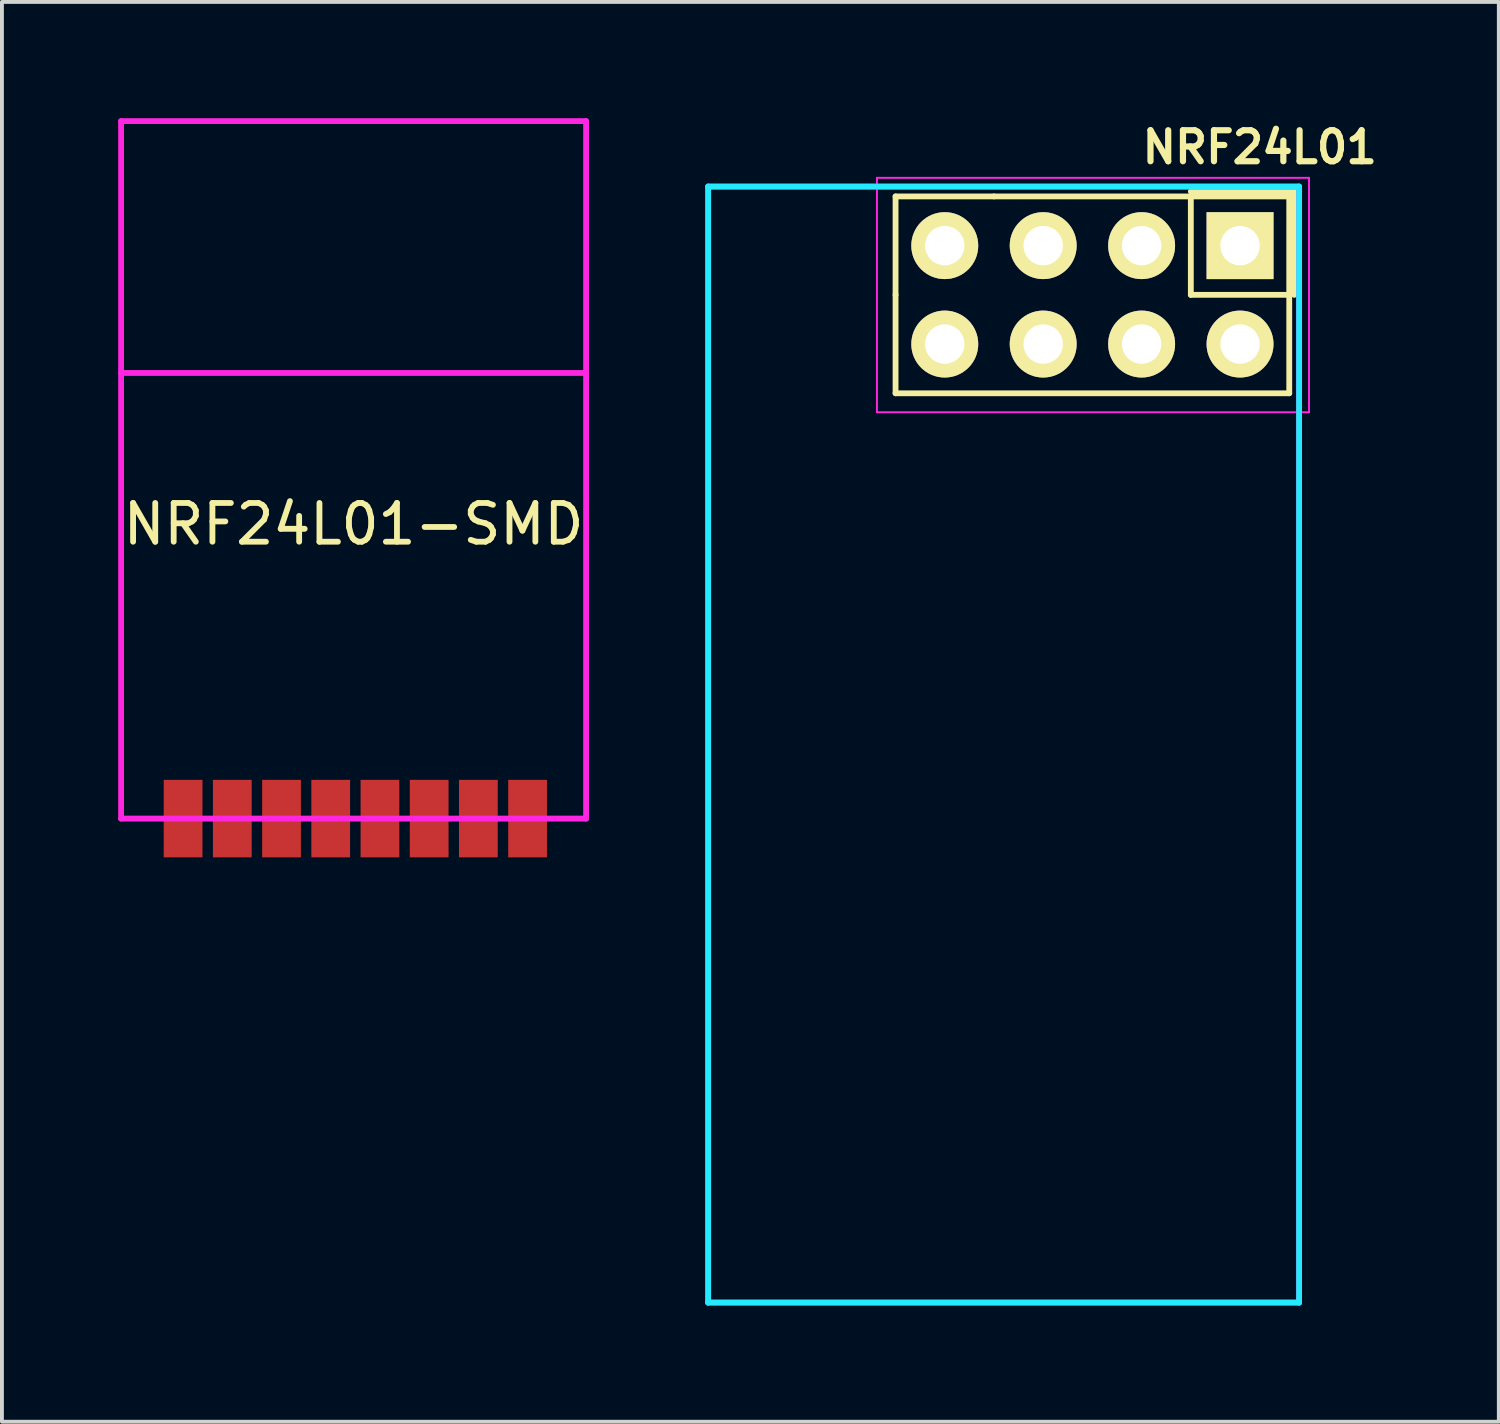
<source format=kicad_pcb>
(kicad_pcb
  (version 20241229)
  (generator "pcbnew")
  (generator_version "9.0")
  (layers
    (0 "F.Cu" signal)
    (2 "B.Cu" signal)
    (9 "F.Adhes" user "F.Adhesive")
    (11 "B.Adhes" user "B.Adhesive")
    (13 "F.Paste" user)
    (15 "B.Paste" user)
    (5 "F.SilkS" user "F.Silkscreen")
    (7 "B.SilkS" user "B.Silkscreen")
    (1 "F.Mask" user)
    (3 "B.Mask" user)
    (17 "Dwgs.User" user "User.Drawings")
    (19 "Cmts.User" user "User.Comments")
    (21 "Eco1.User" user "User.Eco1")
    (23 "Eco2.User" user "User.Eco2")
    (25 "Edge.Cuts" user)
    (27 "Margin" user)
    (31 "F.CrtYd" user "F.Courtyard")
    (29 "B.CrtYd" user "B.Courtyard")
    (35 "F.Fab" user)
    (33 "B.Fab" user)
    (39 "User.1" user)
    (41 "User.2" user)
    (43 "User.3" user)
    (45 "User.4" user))
  (footprint "NRF24L01-SMD"
    (layer "F.Cu")
    (at 6.075 9.375)
    (property "Reference" "NRF24L01-SMD" (at 0 1.1 0) (layer "F.SilkS") (effects (font (size 1 1) (thickness 0.15))))
    (attr through_hole)
    (fp_line (start -6 -9.3) (end 6 -9.3) (stroke (width 0.15) (type solid)) (layer "F.CrtYd"))
    (fp_line (start -6 -2.8) (end 6 -2.8) (stroke (width 0.15) (type solid)) (layer "F.CrtYd"))
    (fp_line (start -6 8.7) (end -6 -9.3) (stroke (width 0.15) (type solid)) (layer "F.CrtYd"))
    (fp_line (start 6 -9.3) (end 6 8.7) (stroke (width 0.15) (type solid)) (layer "F.CrtYd"))
    (fp_line (start 6 8.7) (end -6 8.7) (stroke (width 0.15) (type solid)) (layer "F.CrtYd"))
    (pad "1" smd rect (at -3.13 8.7) (size 1 2) (layers "F.Cu" "F.Mask" "F.Paste"))
    (pad "2" smd rect (at -4.4 8.7) (size 1 2) (layers "F.Cu" "F.Mask" "F.Paste"))
    (pad "3" smd rect (at -1.86 8.7) (size 1 2) (layers "F.Cu" "F.Mask" "F.Paste"))
    (pad "4" smd rect (at -0.59 8.7) (size 1 2) (layers "F.Cu" "F.Mask" "F.Paste"))
    (pad "5" smd rect (at 0.68 8.7) (size 1 2) (layers "F.Cu" "F.Mask" "F.Paste"))
    (pad "6" smd rect (at 1.95 8.7) (size 1 2) (layers "F.Cu" "F.Mask" "F.Paste"))
    (pad "7" smd rect (at 3.22 8.7) (size 1 2) (layers "F.Cu" "F.Mask" "F.Paste"))
    (pad "8" smd rect (at 4.49 8.7) (size 1 2) (layers "F.Cu" "F.Mask" "F.Paste")))
  (footprint "NRF24L01"
    (layer "F.Cu")
    (at 30.475 1.765)
    (property "Reference" "NRF24L01" (at -1.016 -1.016 0) (layer "F.SilkS") (effects (font (size 0.8 0.8) (thickness 0.16))))
    (attr through_hole)
    (fp_line (start -10.414 0.254) (end -10.414 2.794) (stroke (width 0.15) (type solid)) (layer "F.SilkS"))
    (fp_line (start -10.414 5.334) (end -10.414 2.794) (stroke (width 0.15) (type solid)) (layer "F.SilkS"))
    (fp_line (start -7.874 0.254) (end -10.414 0.254) (stroke (width 0.15) (type solid)) (layer "F.SilkS"))
    (fp_line (start -7.874 0.254) (end -0.254 0.254) (stroke (width 0.15) (type solid)) (layer "F.SilkS"))
    (fp_line (start -2.794 0.127) (end -0.127 0.127) (stroke (width 0.15) (type solid)) (layer "F.SilkS"))
    (fp_line (start -2.794 0.254) (end -2.794 2.794) (stroke (width 0.15) (type solid)) (layer "F.SilkS"))
    (fp_line (start -2.794 2.794) (end -0.254 2.794) (stroke (width 0.15) (type solid)) (layer "F.SilkS"))
    (fp_line (start -0.254 0.254) (end -0.254 5.334) (stroke (width 0.15) (type solid)) (layer "F.SilkS"))
    (fp_line (start -0.254 5.334) (end -10.414 5.334) (stroke (width 0.15) (type solid)) (layer "F.SilkS"))
    (fp_line (start -0.127 0.127) (end -0.127 2.794) (stroke (width 0.15) (type solid)) (layer "F.SilkS"))
    (fp_line (start -15.25 0) (end -15.25 28.8) (stroke (width 0.15) (type solid)) (layer "B.CrtYd"))
    (fp_line (start -15.25 28.8) (end 0 28.8) (stroke (width 0.15) (type solid)) (layer "B.CrtYd"))
    (fp_line (start 0 0) (end -15.25 0) (stroke (width 0.15) (type solid)) (layer "B.CrtYd"))
    (fp_line (start 0 28.8) (end 0 0) (stroke (width 0.15) (type solid)) (layer "B.CrtYd"))
    (fp_line (start -15.25 0) (end -15.25 28.8) (stroke (width 0.15) (type solid)) (layer "F.CrtYd"))
    (fp_line (start -15.25 28.8) (end 0 28.8) (stroke (width 0.15) (type solid)) (layer "F.CrtYd"))
    (fp_line (start -10.894 -0.226) (end -10.894 5.824) (stroke (width 0.05) (type solid)) (layer "F.CrtYd"))
    (fp_line (start -10.894 -0.226) (end 0.256 -0.226) (stroke (width 0.05) (type solid)) (layer "F.CrtYd"))
    (fp_line (start -10.894 5.824) (end 0.256 5.824) (stroke (width 0.05) (type solid)) (layer "F.CrtYd"))
    (fp_line (start 0 0) (end -15.25 0) (stroke (width 0.15) (type solid)) (layer "F.CrtYd"))
    (fp_line (start 0 28.8) (end 0 0) (stroke (width 0.15) (type solid)) (layer "F.CrtYd"))
    (fp_line (start 0.256 -0.226) (end 0.256 5.824) (stroke (width 0.05) (type solid)) (layer "F.CrtYd"))
    (pad "1" thru_hole rect (at -1.524 1.524) (size 1.727 1.727) (drill 1.016) (layers "*.Cu" "*.Mask" "F.SilkS"))
    (pad "2" thru_hole oval (at -1.524 4.064) (size 1.727 1.727) (drill 1.016) (layers "*.Cu" "*.Mask" "F.SilkS"))
    (pad "3" thru_hole oval (at -4.064 1.524) (size 1.727 1.727) (drill 1.016) (layers "*.Cu" "*.Mask" "F.SilkS"))
    (pad "4" thru_hole oval (at -4.064 4.064) (size 1.727 1.727) (drill 1.016) (layers "*.Cu" "*.Mask" "F.SilkS"))
    (pad "5" thru_hole oval (at -6.604 1.524) (size 1.727 1.727) (drill 1.016) (layers "*.Cu" "*.Mask" "F.SilkS"))
    (pad "6" thru_hole oval (at -6.604 4.064) (size 1.727 1.727) (drill 1.016) (layers "*.Cu" "*.Mask" "F.SilkS"))
    (pad "7" thru_hole oval (at -9.144 1.524) (size 1.727 1.727) (drill 1.016) (layers "*.Cu" "*.Mask" "F.SilkS"))
    (pad "8" thru_hole oval (at -9.144 4.064) (size 1.727 1.727) (drill 1.016) (layers "*.Cu" "*.Mask" "F.SilkS")))
  (gr_rect
    (start -3 -3)
    (end 35.629 33.64)
    (stroke (width 0.1) (type default))
    (fill no)
    (layer "Edge.Cuts")))
</source>
